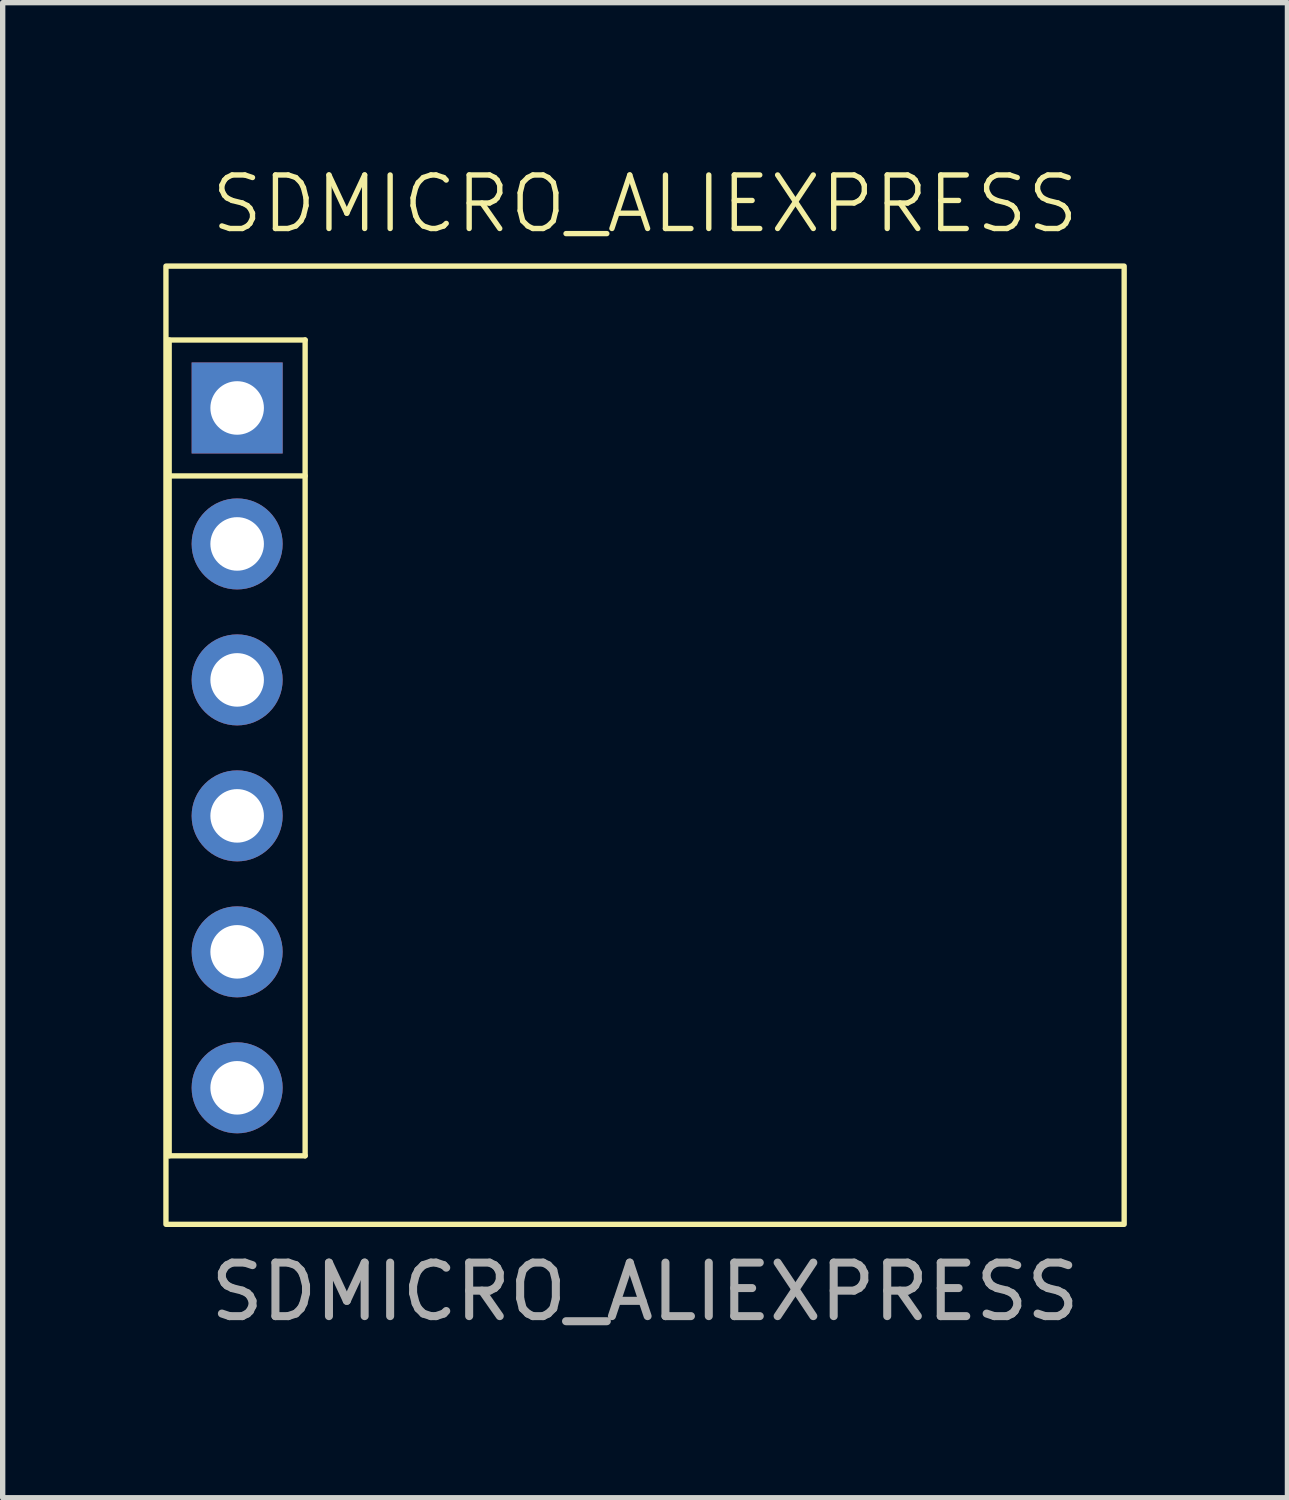
<source format=kicad_pcb>
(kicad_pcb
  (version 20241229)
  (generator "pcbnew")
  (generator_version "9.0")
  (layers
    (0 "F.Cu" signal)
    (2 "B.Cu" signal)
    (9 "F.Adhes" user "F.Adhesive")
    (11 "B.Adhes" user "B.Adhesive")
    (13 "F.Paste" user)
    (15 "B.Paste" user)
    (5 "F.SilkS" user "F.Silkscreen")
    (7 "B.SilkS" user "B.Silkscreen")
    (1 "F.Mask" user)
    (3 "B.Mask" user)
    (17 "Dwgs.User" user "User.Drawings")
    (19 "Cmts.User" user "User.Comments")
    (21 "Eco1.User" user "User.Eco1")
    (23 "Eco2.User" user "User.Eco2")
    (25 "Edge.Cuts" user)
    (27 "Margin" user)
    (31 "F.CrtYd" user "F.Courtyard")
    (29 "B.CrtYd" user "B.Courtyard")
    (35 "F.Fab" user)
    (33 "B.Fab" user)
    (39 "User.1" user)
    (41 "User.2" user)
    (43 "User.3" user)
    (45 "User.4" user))
  (footprint "SDMICRO_ALIEXPRESS"
    (layer "F.Cu")
    (at 9 10.921)
    (property "Reference" "SDMICRO_ALIEXPRESS" (at 0 -10.16 0) (unlocked yes) (layer "F.SilkS") (effects (font (size 1 1) (thickness 0.1))))
    (attr through_hole)
    (fp_line (start -8.89 -7.62) (end -6.35 -7.62) (stroke (width 0.1) (type default)) (layer "F.SilkS"))
    (fp_line (start -8.89 -5.08) (end -6.35 -5.08) (stroke (width 0.1) (type default)) (layer "F.SilkS"))
    (fp_line (start -8.89 7.62) (end -8.89 -7.62) (stroke (width 0.1) (type default)) (layer "F.SilkS"))
    (fp_line (start -6.35 -7.62) (end -6.35 7.62) (stroke (width 0.1) (type default)) (layer "F.SilkS"))
    (fp_line (start -6.35 7.62) (end -8.89 7.62) (stroke (width 0.1) (type default)) (layer "F.SilkS"))
    (fp_rect (start -8.95 -9) (end 8.95 8.9) (stroke (width 0.1) (type default)) (fill no) (layer "F.SilkS"))
    (fp_text user "${REFERENCE}" (at 0 10.16 0) (unlocked yes) (layer "F.Fab") (effects (font (size 1 1) (thickness 0.15))))
    (pad "1" thru_hole rect (at -7.62 -6.35) (size 1.7 1.7) (drill 1) (layers "*.Cu" "*.Mask"))
    (pad "2" thru_hole circle (at -7.62 -3.81) (size 1.7 1.7) (drill 1) (layers "*.Cu" "*.Mask"))
    (pad "3" thru_hole circle (at -7.62 -1.27) (size 1.7 1.7) (drill 1) (layers "*.Cu" "*.Mask"))
    (pad "4" thru_hole circle (at -7.62 1.27) (size 1.7 1.7) (drill 1) (layers "*.Cu" "*.Mask"))
    (pad "5" thru_hole circle (at -7.62 3.81) (size 1.7 1.7) (drill 1) (layers "*.Cu" "*.Mask"))
    (pad "6" thru_hole circle (at -7.62 6.35) (size 1.7 1.7) (drill 1) (layers "*.Cu" "*.Mask")))
  (gr_rect
    (start -3 -3)
    (end 21 24.929)
    (stroke (width 0.1) (type default))
    (fill no)
    (layer "Edge.Cuts")))
</source>
